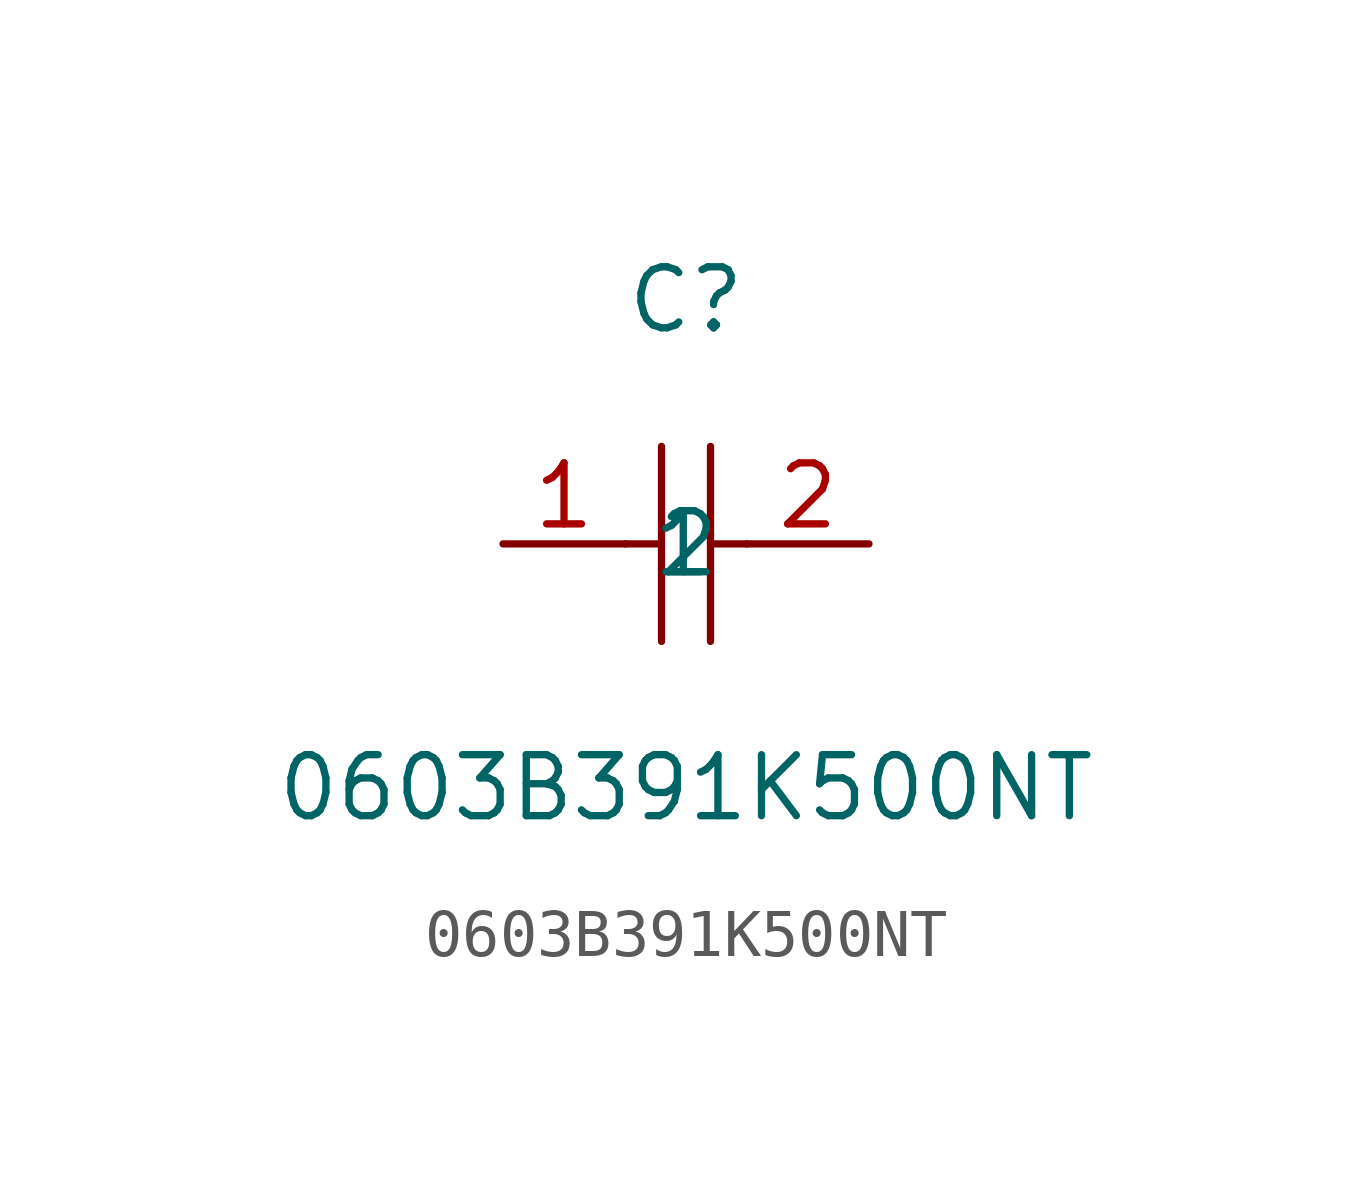
<source format=kicad_sym>
(kicad_symbol_lib
  (version 1)
  (generator "faebryk")
  (symbol "0603B391K500NT"
    (property "Reference" "C"
      (at 0 5.08 0)
      (effects (font (size 1.27 1.27)) (hide no)))
    (property "Value" "0603B391K500NT"
      (at 0 -5.08 0)
      (effects (font (size 1.27 1.27)) (hide no)))
    (symbol "0603B391K500NT_0_1"
      (polyline (stroke (width 0) (type default) (color 0 0 0 0)) (fill (type none)) (pts (xy -0.51 2.03) (xy -0.51 -2.03)))
      (polyline (stroke (width 0) (type default) (color 0 0 0 0)) (fill (type none)) (pts (xy 0.51 2.03) (xy 0.51 -2.03)))
      (polyline (stroke (width 0) (type default) (color 0 0 0 0)) (fill (type none)) (pts (xy -1.27 0) (xy -0.51 0)))
      (polyline (stroke (width 0) (type default) (color 0 0 0 0)) (fill (type none)) (pts (xy 0.51 0) (xy 1.27 0)))
      (pin input line (at -3.81 0 0) (length 2.54) (name "1" (effects (font (size 1.27 1.27)) (hide no))) (number "1" (effects (font (size 1.27 1.27)) (hide no))))
      (pin input line (at 3.81 0 180) (length 2.54) (name "2" (effects (font (size 1.27 1.27)) (hide no))) (number "2" (effects (font (size 1.27 1.27)) (hide no)))))))
</source>
